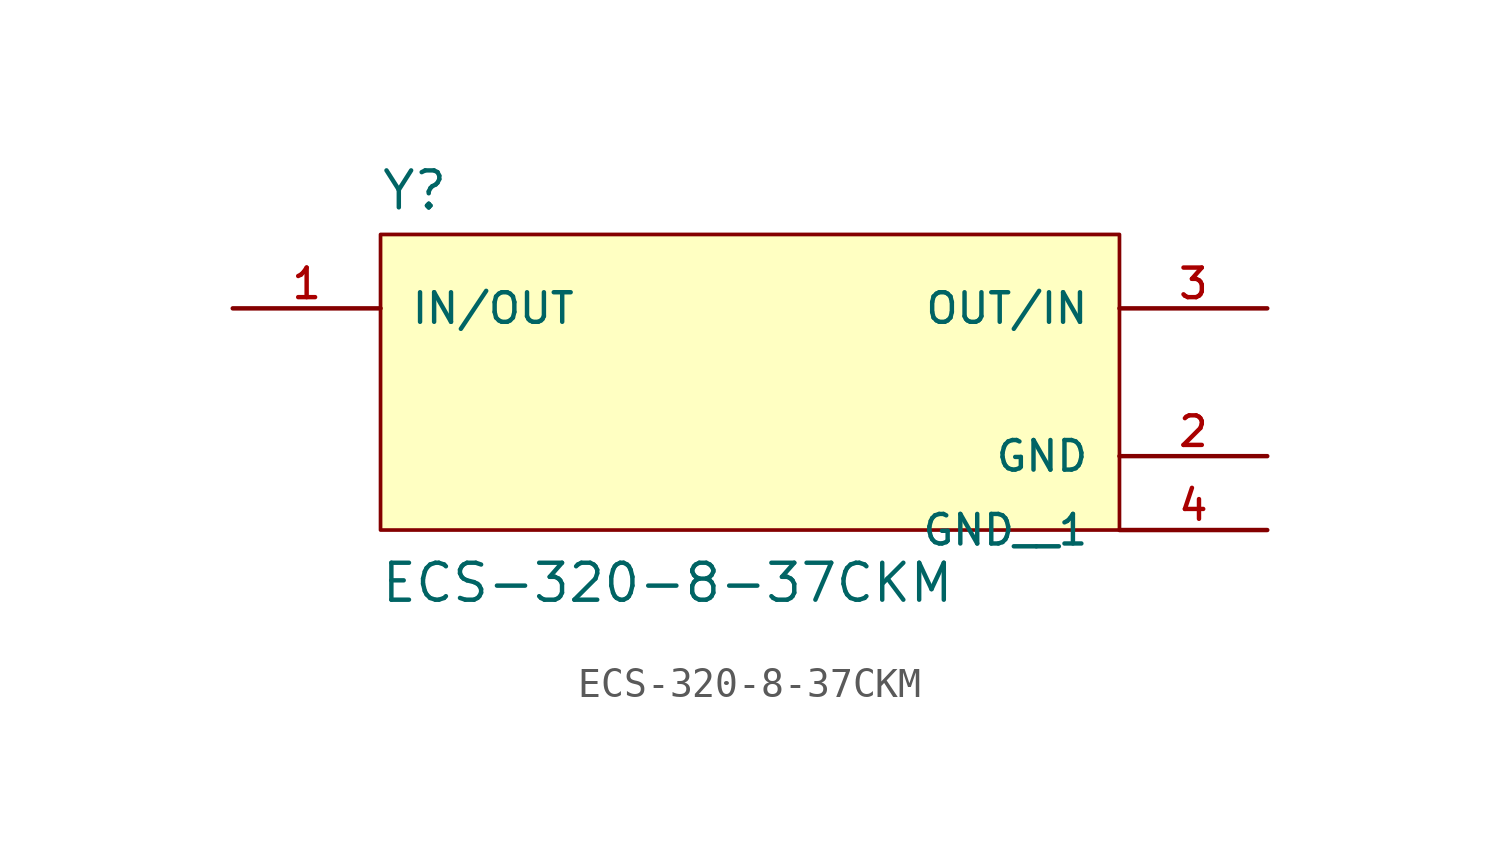
<source format=kicad_sym>
(kicad_symbol_lib
  (version 20211014)
  (generator kicad_symbol_editor)
  (symbol "ECS-320-8-37CKM"
    (pin_names
      (offset 1.016))
    (property "Reference" "Y"
      (at -12.716 5.849 0)
      (effects (font (size 1.27 1.27)) (justify bottom left)))
    (property "Value" "ECS-320-8-37CKM"
      (at -12.73 -7.638 0)
      (effects (font (size 1.27 1.27)) (justify bottom left)))
    (symbol "ECS-320-8-37CKM_0_0"
      (rectangle (start -12.7 -5.08) (end 12.7 5.08) (stroke (width 0.127)) (fill (type background)))
      (pin bidirectional line (at 17.78 2.54 180.0) (length 5.08) (name "OUT/IN" (effects (font (size 1.016 1.016)))) (number "3" (effects (font (size 1.016 1.016)))))
      (pin bidirectional line (at -17.78 2.54 0) (length 5.08) (name "IN/OUT" (effects (font (size 1.016 1.016)))) (number "1" (effects (font (size 1.016 1.016)))))
      (pin power_in line (at 17.78 -2.54 180.0) (length 5.08) (name "GND" (effects (font (size 1.016 1.016)))) (number "2" (effects (font (size 1.016 1.016)))))
      (pin power_in line (at 17.78 -5.08 180.0) (length 5.08) (name "GND__1" (effects (font (size 1.016 1.016)))) (number "4" (effects (font (size 1.016 1.016))))))))
</source>
